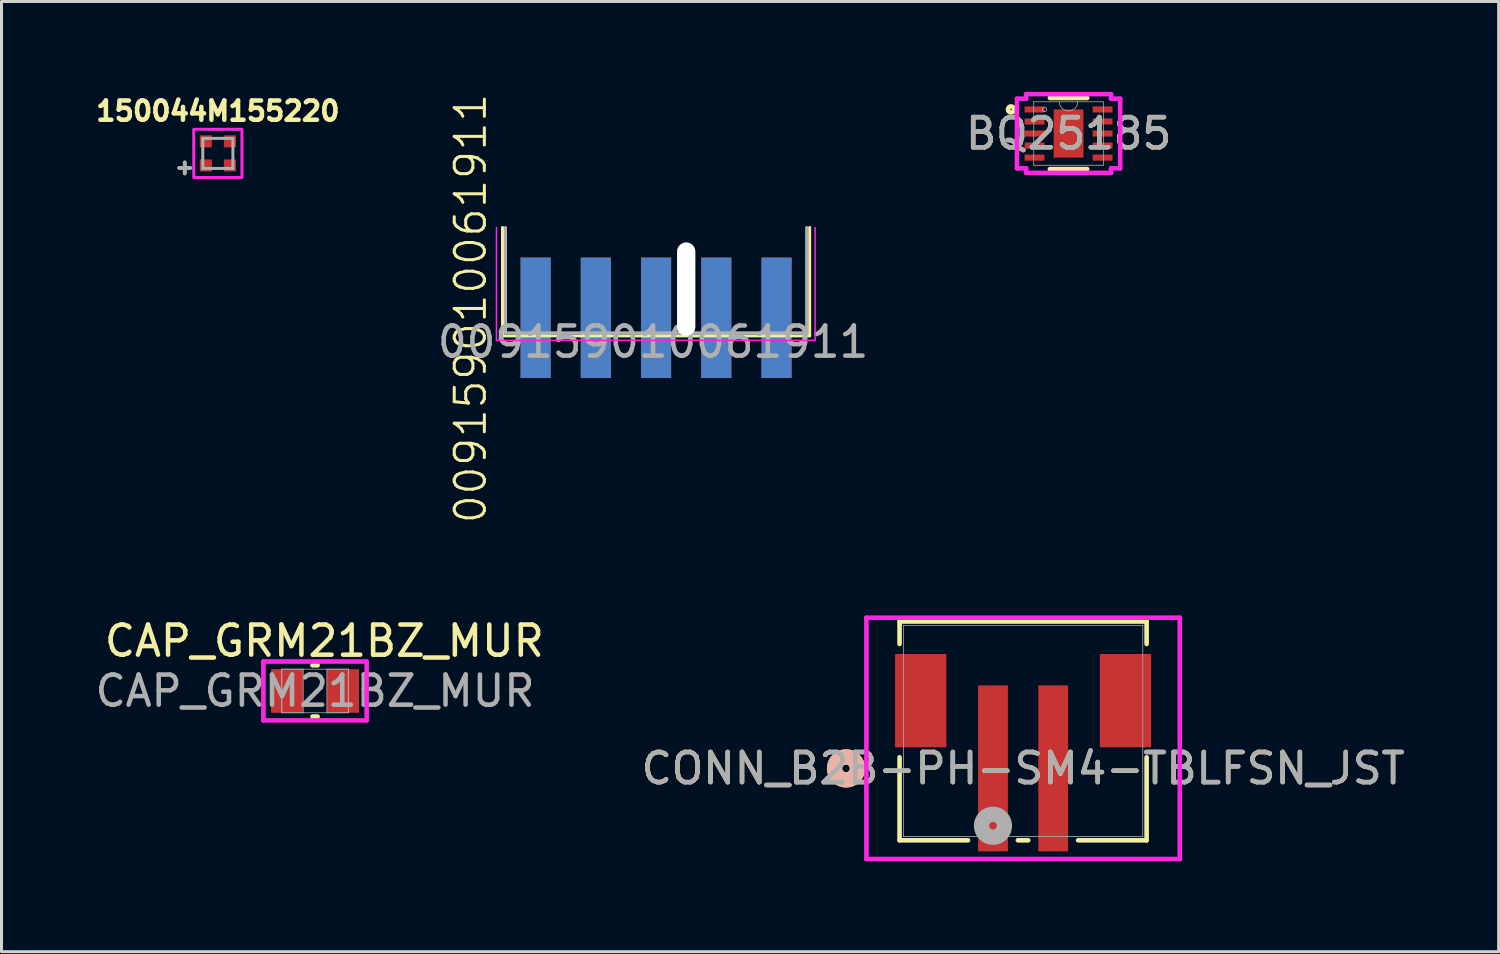
<source format=kicad_pcb>
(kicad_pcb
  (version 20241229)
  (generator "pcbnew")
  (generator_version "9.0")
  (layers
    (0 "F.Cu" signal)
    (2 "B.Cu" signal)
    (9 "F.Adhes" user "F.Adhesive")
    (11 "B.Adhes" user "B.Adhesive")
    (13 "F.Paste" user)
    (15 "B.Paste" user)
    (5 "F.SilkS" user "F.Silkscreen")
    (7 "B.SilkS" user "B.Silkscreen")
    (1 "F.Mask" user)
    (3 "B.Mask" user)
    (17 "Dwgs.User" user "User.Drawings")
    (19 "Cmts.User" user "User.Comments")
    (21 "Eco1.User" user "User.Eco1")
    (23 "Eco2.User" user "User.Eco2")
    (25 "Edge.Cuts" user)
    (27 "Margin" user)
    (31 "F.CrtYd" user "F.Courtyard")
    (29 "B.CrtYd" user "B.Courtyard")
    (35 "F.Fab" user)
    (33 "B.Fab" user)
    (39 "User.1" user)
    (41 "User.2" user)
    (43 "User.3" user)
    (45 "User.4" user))
  (footprint "CONN_B2B-PH-SM4-TBLFSN_JST"
    (layer "F.Cu")
    (at 30.923 21.221)
    (property "Reference" "CONN_B2B-PH-SM4-TBLFSN_JST" (at 0 1.245 0) (unlocked yes) (layer "F.SilkS") (effects (font (size 1 1) (thickness 0.15))))
    (attr smd)
    (fp_line (start -4.102 -3.632) (end -4.102 -2.887) (stroke (width 0.152) (type solid)) (layer "F.SilkS"))
    (fp_line (start -4.102 0.877) (end -4.102 3.632) (stroke (width 0.152) (type solid)) (layer "F.SilkS"))
    (fp_line (start -4.102 3.632) (end -1.828 3.632) (stroke (width 0.152) (type solid)) (layer "F.SilkS"))
    (fp_line (start -0.172 3.632) (end 0.172 3.632) (stroke (width 0.152) (type solid)) (layer "F.SilkS"))
    (fp_line (start 1.828 3.632) (end 4.102 3.632) (stroke (width 0.152) (type solid)) (layer "F.SilkS"))
    (fp_line (start 4.102 -3.632) (end -4.102 -3.632) (stroke (width 0.152) (type solid)) (layer "F.SilkS"))
    (fp_line (start 4.102 -2.887) (end 4.102 -3.632) (stroke (width 0.152) (type solid)) (layer "F.SilkS"))
    (fp_line (start 4.102 3.632) (end 4.102 0.877) (stroke (width 0.152) (type solid)) (layer "F.SilkS"))
    (fp_circle (center -5.88 1.245) (end -5.499 1.245) (stroke (width 0.508) (type solid)) (fill no) (layer "F.SilkS"))
    (fp_circle (center -5.88 1.245) (end -5.499 1.245) (stroke (width 0.508) (type solid)) (fill no) (layer "B.SilkS"))
    (fp_line (start -5.203 -3.759) (end -5.203 4.255) (stroke (width 0.152) (type solid)) (layer "F.CrtYd"))
    (fp_line (start -5.203 4.255) (end 5.203 4.255) (stroke (width 0.152) (type solid)) (layer "F.CrtYd"))
    (fp_line (start 5.203 -3.759) (end -5.203 -3.759) (stroke (width 0.152) (type solid)) (layer "F.CrtYd"))
    (fp_line (start 5.203 4.255) (end 5.203 -3.759) (stroke (width 0.152) (type solid)) (layer "F.CrtYd"))
    (fp_line (start -3.975 -3.505) (end -3.975 3.505) (stroke (width 0.025) (type solid)) (layer "F.Fab"))
    (fp_line (start -3.975 3.505) (end 3.975 3.505) (stroke (width 0.025) (type solid)) (layer "F.Fab"))
    (fp_line (start 3.975 -3.505) (end -3.975 -3.505) (stroke (width 0.025) (type solid)) (layer "F.Fab"))
    (fp_line (start 3.975 3.505) (end 3.975 -3.505) (stroke (width 0.025) (type solid)) (layer "F.Fab"))
    (fp_circle (center -1 3.15) (end -0.619 3.15) (stroke (width 0.508) (type solid)) (fill no) (layer "F.Fab"))
    (fp_text user "${REFERENCE}" (at 0 1.245 0) (unlocked yes) (layer "F.Fab") (effects (font (size 1 1) (thickness 0.15))))
    (pad "1" smd rect (at -1 1.245) (size 0.991 5.512) (layers "F.Cu" "F.Mask" "F.Paste"))
    (pad "2" smd rect (at 1 1.245) (size 0.991 5.512) (layers "F.Cu" "F.Mask" "F.Paste"))
    (pad "3" smd rect (at -3.4 -1.005 90) (size 3.099 1.702) (layers "F.Cu" "F.Mask" "F.Paste"))
    (pad "4" smd rect (at 3.4 -1.005 90) (size 3.099 1.702) (layers "F.Cu" "F.Mask" "F.Paste")))
  (footprint "BQ25185"
    (layer "F.Cu")
    (at 32.433 1.384)
    (property "Reference" "BQ25185" (at 0 0 0) (unlocked yes) (layer "F.SilkS") (effects (font (size 1 1) (thickness 0.15))))
    (attr smd)
    (fp_line (start -0.619 1.181) (end 0.619 1.181) (stroke (width 0.152) (type solid)) (layer "F.SilkS"))
    (fp_line (start 0.619 -1.181) (end -0.619 -1.181) (stroke (width 0.152) (type solid)) (layer "F.SilkS"))
    (fp_circle (center -1.911 -0.8) (end -1.81 -0.8) (stroke (width 0.152) (type solid)) (fill no) (layer "F.SilkS"))
    (fp_line (start -1.714 -1.156) (end -1.41 -1.156) (stroke (width 0.152) (type solid)) (layer "F.CrtYd"))
    (fp_line (start -1.714 1.156) (end -1.714 -1.156) (stroke (width 0.152) (type solid)) (layer "F.CrtYd"))
    (fp_line (start -1.714 1.156) (end -1.41 1.156) (stroke (width 0.152) (type solid)) (layer "F.CrtYd"))
    (fp_line (start -1.41 -1.308) (end 1.41 -1.308) (stroke (width 0.152) (type solid)) (layer "F.CrtYd"))
    (fp_line (start -1.41 -1.156) (end -1.41 -1.308) (stroke (width 0.152) (type solid)) (layer "F.CrtYd"))
    (fp_line (start -1.41 1.308) (end -1.41 1.156) (stroke (width 0.152) (type solid)) (layer "F.CrtYd"))
    (fp_line (start 1.41 -1.308) (end 1.41 -1.156) (stroke (width 0.152) (type solid)) (layer "F.CrtYd"))
    (fp_line (start 1.41 1.156) (end 1.41 1.308) (stroke (width 0.152) (type solid)) (layer "F.CrtYd"))
    (fp_line (start 1.41 1.308) (end -1.41 1.308) (stroke (width 0.152) (type solid)) (layer "F.CrtYd"))
    (fp_line (start 1.714 -1.156) (end 1.41 -1.156) (stroke (width 0.152) (type solid)) (layer "F.CrtYd"))
    (fp_line (start 1.714 -1.156) (end 1.714 1.156) (stroke (width 0.152) (type solid)) (layer "F.CrtYd"))
    (fp_line (start 1.714 1.156) (end 1.41 1.156) (stroke (width 0.152) (type solid)) (layer "F.CrtYd"))
    (fp_line (start -1.156 -1.054) (end -1.156 1.054) (stroke (width 0.025) (type solid)) (layer "F.Fab"))
    (fp_line (start -1.156 1.054) (end 1.156 1.054) (stroke (width 0.025) (type solid)) (layer "F.Fab"))
    (fp_line (start 1.156 -1.054) (end -1.156 -1.054) (stroke (width 0.025) (type solid)) (layer "F.Fab"))
    (fp_line (start 1.156 1.054) (end 1.156 -1.054) (stroke (width 0.025) (type solid)) (layer "F.Fab"))
    (fp_arc (start 0.3048 -1.0541) (mid 0 -0.7493) (end -0.3048 -1.0541) (stroke (width 0.0254) (type solid)) (layer "F.Fab"))
    (fp_circle (center -0.8 -0.8) (end -0.724 -0.8) (stroke (width 0.025) (type solid)) (fill no) (layer "F.Fab"))
    (fp_text user "${REFERENCE}" (at 0 0 0) (unlocked yes) (layer "F.Fab") (effects (font (size 1 1) (thickness 0.15))))
    (pad "1" smd rect (at -1.13 -0.8) (size 0.66 0.203) (layers "F.Cu" "F.Mask" "F.Paste"))
    (pad "2" smd rect (at -1.13 -0.4) (size 0.66 0.203) (layers "F.Cu" "F.Mask" "F.Paste"))
    (pad "3" smd rect (at -1.13 0) (size 0.66 0.203) (layers "F.Cu" "F.Mask" "F.Paste"))
    (pad "4" smd rect (at -1.13 0.4) (size 0.66 0.203) (layers "F.Cu" "F.Mask" "F.Paste"))
    (pad "5" smd rect (at -1.13 0.8) (size 0.66 0.203) (layers "F.Cu" "F.Mask" "F.Paste"))
    (pad "6" smd rect (at 1.13 0.8) (size 0.66 0.203) (layers "F.Cu" "F.Mask" "F.Paste"))
    (pad "7" smd rect (at 1.13 0.4) (size 0.66 0.203) (layers "F.Cu" "F.Mask" "F.Paste"))
    (pad "8" smd rect (at 1.13 0) (size 0.66 0.203) (layers "F.Cu" "F.Mask" "F.Paste"))
    (pad "9" smd rect (at 1.13 -0.4) (size 0.66 0.203) (layers "F.Cu" "F.Mask" "F.Paste"))
    (pad "10" smd rect (at 1.13 -0.8) (size 0.66 0.203) (layers "F.Cu" "F.Mask" "F.Paste"))
    (pad "11" smd rect (at 0 0) (size 0.991 1.6) (layers "F.Cu" "F.Mask" "F.Paste")))
  (footprint "CAP_GRM21BZ_MUR"
    (layer "F.Cu")
    (at 7.411 19.894)
    (property "Reference" "CAP_GRM21BZ_MUR" (at 0.31 -1.66 0) (unlocked yes) (layer "F.SilkS") (effects (font (size 1 1) (thickness 0.15))))
    (attr smd)
    (fp_line (start -0.086 0.851) (end 0.086 0.851) (stroke (width 0.152) (type solid)) (layer "F.SilkS"))
    (fp_line (start 0.086 -0.851) (end -0.086 -0.851) (stroke (width 0.152) (type solid)) (layer "F.SilkS"))
    (fp_line (start -1.714 -0.978) (end 1.714 -0.978) (stroke (width 0.152) (type solid)) (layer "F.CrtYd"))
    (fp_line (start -1.714 0.978) (end -1.714 -0.978) (stroke (width 0.152) (type solid)) (layer "F.CrtYd"))
    (fp_line (start 1.714 -0.978) (end 1.714 0.978) (stroke (width 0.152) (type solid)) (layer "F.CrtYd"))
    (fp_line (start 1.714 0.978) (end -1.714 0.978) (stroke (width 0.152) (type solid)) (layer "F.CrtYd"))
    (fp_line (start -1.105 -0.724) (end -1.105 0.724) (stroke (width 0.025) (type solid)) (layer "F.Fab"))
    (fp_line (start -1.105 -0.724) (end -1.105 0.724) (stroke (width 0.025) (type solid)) (layer "F.Fab"))
    (fp_line (start -1.105 0.724) (end -0.394 0.724) (stroke (width 0.025) (type solid)) (layer "F.Fab"))
    (fp_line (start -1.105 0.724) (end 1.105 0.724) (stroke (width 0.025) (type solid)) (layer "F.Fab"))
    (fp_line (start -0.394 -0.724) (end -1.105 -0.724) (stroke (width 0.025) (type solid)) (layer "F.Fab"))
    (fp_line (start -0.394 0.724) (end -0.394 -0.724) (stroke (width 0.025) (type solid)) (layer "F.Fab"))
    (fp_line (start 0.394 -0.724) (end 0.394 0.724) (stroke (width 0.025) (type solid)) (layer "F.Fab"))
    (fp_line (start 0.394 0.724) (end 1.105 0.724) (stroke (width 0.025) (type solid)) (layer "F.Fab"))
    (fp_line (start 1.105 -0.724) (end -1.105 -0.724) (stroke (width 0.025) (type solid)) (layer "F.Fab"))
    (fp_line (start 1.105 -0.724) (end 0.394 -0.724) (stroke (width 0.025) (type solid)) (layer "F.Fab"))
    (fp_line (start 1.105 0.724) (end 1.105 -0.724) (stroke (width 0.025) (type solid)) (layer "F.Fab"))
    (fp_line (start 1.105 0.724) (end 1.105 -0.724) (stroke (width 0.025) (type solid)) (layer "F.Fab"))
    (fp_circle (center -0.8 0) (end -0.8 0) (stroke (width 0.025) (type solid)) (fill no) (layer "F.Fab"))
    (fp_text user "${REFERENCE}" (at 0 0 0) (unlocked yes) (layer "F.Fab") (effects (font (size 1 1) (thickness 0.15))))
    (pad "1" smd rect (at -0.927 0) (size 1.067 1.448) (layers "F.Cu" "F.Mask" "F.Paste"))
    (pad "2" smd rect (at 0.927 0) (size 1.067 1.448) (layers "F.Cu" "F.Mask" "F.Paste"))
    (zone (net_name "") (layer "F.Cu") (hatch full 0.508) (connect_pads) (min_thickness 0.254) (filled_areas_thickness no) (keepout (tracks not_allowed) (vias not_allowed) (pads allowed) (copperpour not_allowed) (footprints allowed)) (placement (enabled no)) (fill) (polygon (pts (xy 7.068 19.221) (xy 7.754 19.221) (xy 7.754 20.567) (xy 7.068 20.567)))))
  (footprint "150044M155220"
    (layer "F.Cu")
    (at 4.184 2.044)
    (property "Reference" "150044M155220" (at 0 -1.406 0) (layer "F.SilkS") (effects (font (size 0.64 0.64) (thickness 0.15))))
    (attr smd)
    (fp_poly (pts (xy -0.8 -0.8) (xy 0.8 -0.8) (xy 0.8 0.8) (xy -0.8 0.8)) (stroke (width 0.1) (type solid)) (fill no) (layer "F.CrtYd"))
    (fp_line (start -0.5 -0.5) (end 0.5 -0.5) (stroke (width 0.1) (type solid)) (layer "F.Fab"))
    (fp_line (start -0.5 0.5) (end -0.5 -0.5) (stroke (width 0.1) (type solid)) (layer "F.Fab"))
    (fp_line (start 0.5 -0.5) (end 0.5 0.5) (stroke (width 0.1) (type solid)) (layer "F.Fab"))
    (fp_line (start 0.5 0.5) (end -0.5 0.5) (stroke (width 0.1) (type solid)) (layer "F.Fab"))
    (fp_text user "+" (at -1.1 0.45 0) (layer "F.SilkS") (effects (font (size 0.48 0.48) (thickness 0.15))))
    (fp_text user "+" (at -1.1 0.45 0) (layer "F.Fab") (effects (font (size 0.48 0.48) (thickness 0.15))))
    (pad "1" smd rect (at -0.4 0.4) (size 0.4 0.4) (layers "F.Cu" "F.Mask" "F.Paste"))
    (pad "2" smd rect (at -0.4 -0.4) (size 0.4 0.4) (layers "F.Cu" "F.Mask" "F.Paste"))
    (pad "3" smd rect (at 0.4 -0.4) (size 0.4 0.4) (layers "F.Cu" "F.Mask" "F.Paste"))
    (pad "4" smd rect (at 0.4 0.4) (size 0.4 0.4) (layers "F.Cu" "F.Mask" "F.Paste")))
  (footprint "009159010061911"
    (layer "F.Cu")
    (at 14.716 7.503)
    (property "Reference" "009159010061911" (at -2.14 -0.31 90) (unlocked yes) (layer "F.SilkS") (effects (font (size 1 1) (thickness 0.1))))
    (attr smd)
    (fp_line (start -1.08 0.6) (end -1.08 -3) (stroke (width 0.1) (type default)) (layer "F.SilkS"))
    (fp_line (start 9.12 -3) (end 9.12 0.6) (stroke (width 0.1) (type default)) (layer "F.SilkS"))
    (fp_line (start 9.12 0.6) (end -1.09 0.6) (stroke (width 0.1) (type default)) (layer "F.SilkS"))
    (fp_line (start -1.28 -3) (end -1.28 0.75) (stroke (width 0.05) (type default)) (layer "F.CrtYd"))
    (fp_line (start -1.28 0.75) (end 9.3 0.75) (stroke (width 0.05) (type default)) (layer "F.CrtYd"))
    (fp_line (start 9.3 -3) (end 9.3 0.75) (stroke (width 0.05) (type default)) (layer "F.CrtYd"))
    (fp_line (start -0.98 0.5) (end -0.98 -3) (stroke (width 0.1) (type default)) (layer "F.Fab"))
    (fp_line (start 9.02 0) (end 9.02 -3) (stroke (width 0.1) (type default)) (layer "F.Fab"))
    (fp_line (start 9.02 0) (end 9.02 0.5) (stroke (width 0.1) (type default)) (layer "F.Fab"))
    (fp_line (start 9.02 0.5) (end -0.98 0.5) (stroke (width 0.1) (type default)) (layer "F.Fab"))
    (fp_text user "${REFERENCE}" (at 3.92 0.8 0) (unlocked yes) (layer "F.Fab") (effects (font (size 1 1) (thickness 0.15))))
    (pad "" np_thru_hole roundrect (at 5.02 -0.95 270) (size 3.1 0.6) (drill oval 3.1 0.6) (layers "Dwgs.User") (roundrect_rratio 0.5))
    (pad "1" connect rect (at 8.02 0) (size 1 4) (layers "F.Cu" "F.Mask"))
    (pad "2" connect rect (at 6.02 0) (size 1 4) (layers "F.Cu" "F.Mask"))
    (pad "3" connect rect (at 4.02 0) (size 1 4) (layers "F.Cu" "F.Mask"))
    (pad "4" connect rect (at 2.02 0) (size 1 4) (layers "F.Cu" "F.Mask"))
    (pad "5" connect rect (at 0.02 0) (size 1 4) (layers "F.Cu" "F.Mask"))
    (pad "6" connect rect (at 8.02 0) (size 1 4) (layers "B.Cu" "B.Mask"))
    (pad "7" connect rect (at 6.02 0) (size 1 4) (layers "B.Cu" "B.Mask"))
    (pad "8" connect rect (at 4.02 0) (size 1 4) (layers "B.Cu" "B.Mask"))
    (pad "9" connect rect (at 2.02 0) (size 1 4) (layers "B.Cu" "B.Mask"))
    (pad "10" connect rect (at 0.02 0) (size 1 4) (layers "B.Cu" "B.Mask")))
  (gr_rect
    (start -3 -3)
    (end 46.715 28.552)
    (stroke (width 0.1) (type default))
    (fill no)
    (layer "Edge.Cuts")))
</source>
